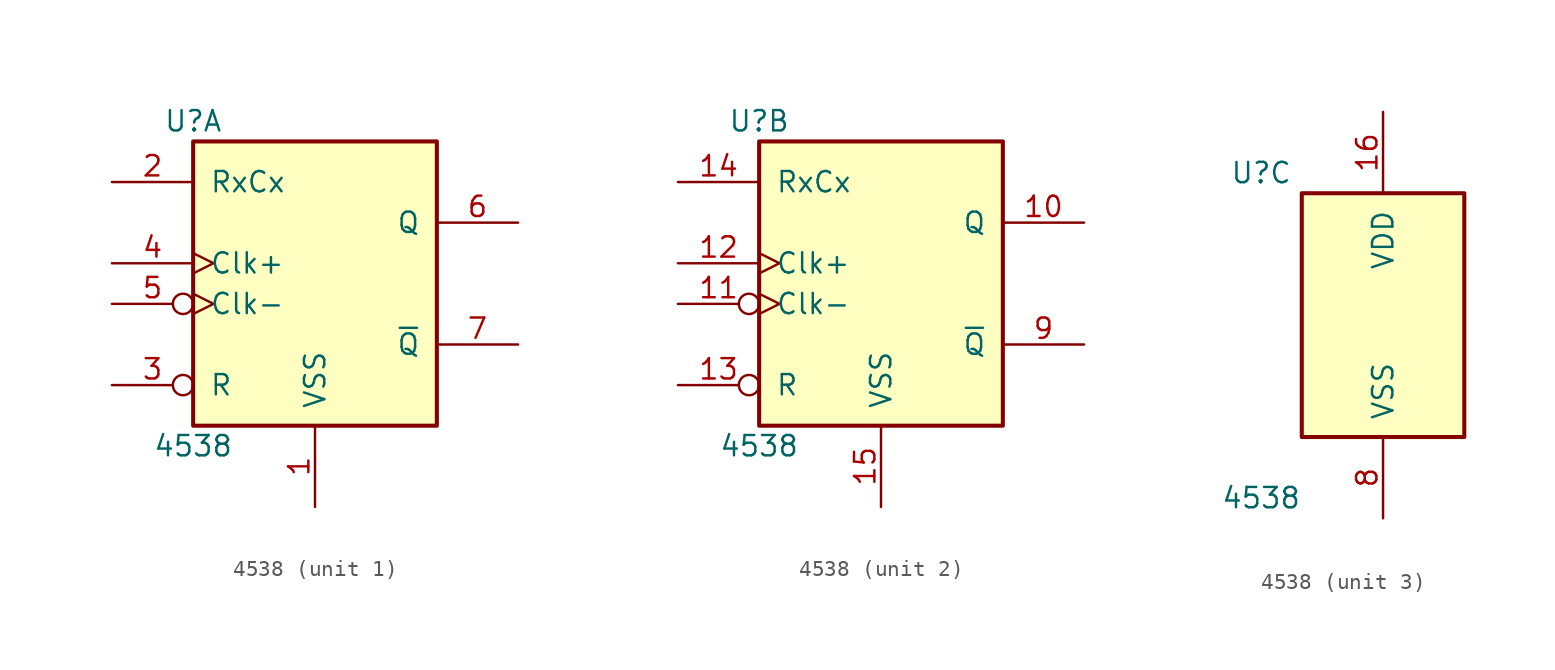
<source format=kicad_sym>
(kicad_symbol_lib
  (version 20211014)
  (generator kicad_symbol_editor)
  (symbol "4538"
    (pin_names
      (offset 1.016))
    (property "Reference" "U"
      (at -7.62 8.89 0)
      (effects (font (size 1.27 1.27))))
    (property "Value" "4538"
      (at -7.62 -11.43 0)
      (effects (font (size 1.27 1.27))))
    (property "ki_locked" ""
      (at 0 0 0)
      (effects (font (size 1.27 1.27))))
    (symbol "4538_1_0"
      (pin power_in line (at 0 -15.24 90) (length 5.08) (name "VSS" (effects (font (size 1.27 1.27)))) (number "1" (effects (font (size 1.27 1.27)))))
      (pin input line (at -12.7 5.08 0) (length 5.08) (name "RxCx" (effects (font (size 1.27 1.27)))) (number "2" (effects (font (size 1.27 1.27)))))
      (pin input inverted (at -12.7 -7.62 0) (length 5.08) (name "R" (effects (font (size 1.27 1.27)))) (number "3" (effects (font (size 1.27 1.27)))))
      (pin input clock (at -12.7 0 0) (length 5.08) (name "Clk+" (effects (font (size 1.27 1.27)))) (number "4" (effects (font (size 1.27 1.27)))))
      (pin input inverted_clock (at -12.7 -2.54 0) (length 5.08) (name "Clk-" (effects (font (size 1.27 1.27)))) (number "5" (effects (font (size 1.27 1.27)))))
      (pin output line (at 12.7 2.54 180) (length 5.08) (name "Q" (effects (font (size 1.27 1.27)))) (number "6" (effects (font (size 1.27 1.27)))))
      (pin output line (at 12.7 -5.08 180) (length 5.08) (name "~{Q}" (effects (font (size 1.27 1.27)))) (number "7" (effects (font (size 1.27 1.27))))))
    (symbol "4538_1_1"
      (rectangle (start -7.62 7.62) (end 7.62 -10.16) (stroke (width 0.254) (type default) (color 0 0 0 0)) (fill (type background))))
    (symbol "4538_2_0"
      (pin output line (at 12.7 2.54 180) (length 5.08) (name "Q" (effects (font (size 1.27 1.27)))) (number "10" (effects (font (size 1.27 1.27)))))
      (pin input inverted_clock (at -12.7 -2.54 0) (length 5.08) (name "Clk-" (effects (font (size 1.27 1.27)))) (number "11" (effects (font (size 1.27 1.27)))))
      (pin input clock (at -12.7 0 0) (length 5.08) (name "Clk+" (effects (font (size 1.27 1.27)))) (number "12" (effects (font (size 1.27 1.27)))))
      (pin input inverted (at -12.7 -7.62 0) (length 5.08) (name "R" (effects (font (size 1.27 1.27)))) (number "13" (effects (font (size 1.27 1.27)))))
      (pin input line (at -12.7 5.08 0) (length 5.08) (name "RxCx" (effects (font (size 1.27 1.27)))) (number "14" (effects (font (size 1.27 1.27)))))
      (pin power_in line (at 0 -15.24 90) (length 5.08) (name "VSS" (effects (font (size 1.27 1.27)))) (number "15" (effects (font (size 1.27 1.27)))))
      (pin output line (at 12.7 -5.08 180) (length 5.08) (name "~{Q}" (effects (font (size 1.27 1.27)))) (number "9" (effects (font (size 1.27 1.27))))))
    (symbol "4538_2_1"
      (rectangle (start -7.62 7.62) (end 7.62 -10.16) (stroke (width 0.254) (type default) (color 0 0 0 0)) (fill (type background))))
    (symbol "4538_3_0"
      (pin power_in line (at 0 12.7 270) (length 5.08) (name "VDD" (effects (font (size 1.27 1.27)))) (number "16" (effects (font (size 1.27 1.27)))))
      (pin power_in line (at 0 -12.7 90) (length 5.08) (name "VSS" (effects (font (size 1.27 1.27)))) (number "8" (effects (font (size 1.27 1.27))))))
    (symbol "4538_3_1"
      (rectangle (start -5.08 7.62) (end 5.08 -7.62) (stroke (width 0.254) (type default) (color 0 0 0 0)) (fill (type background))))))
</source>
